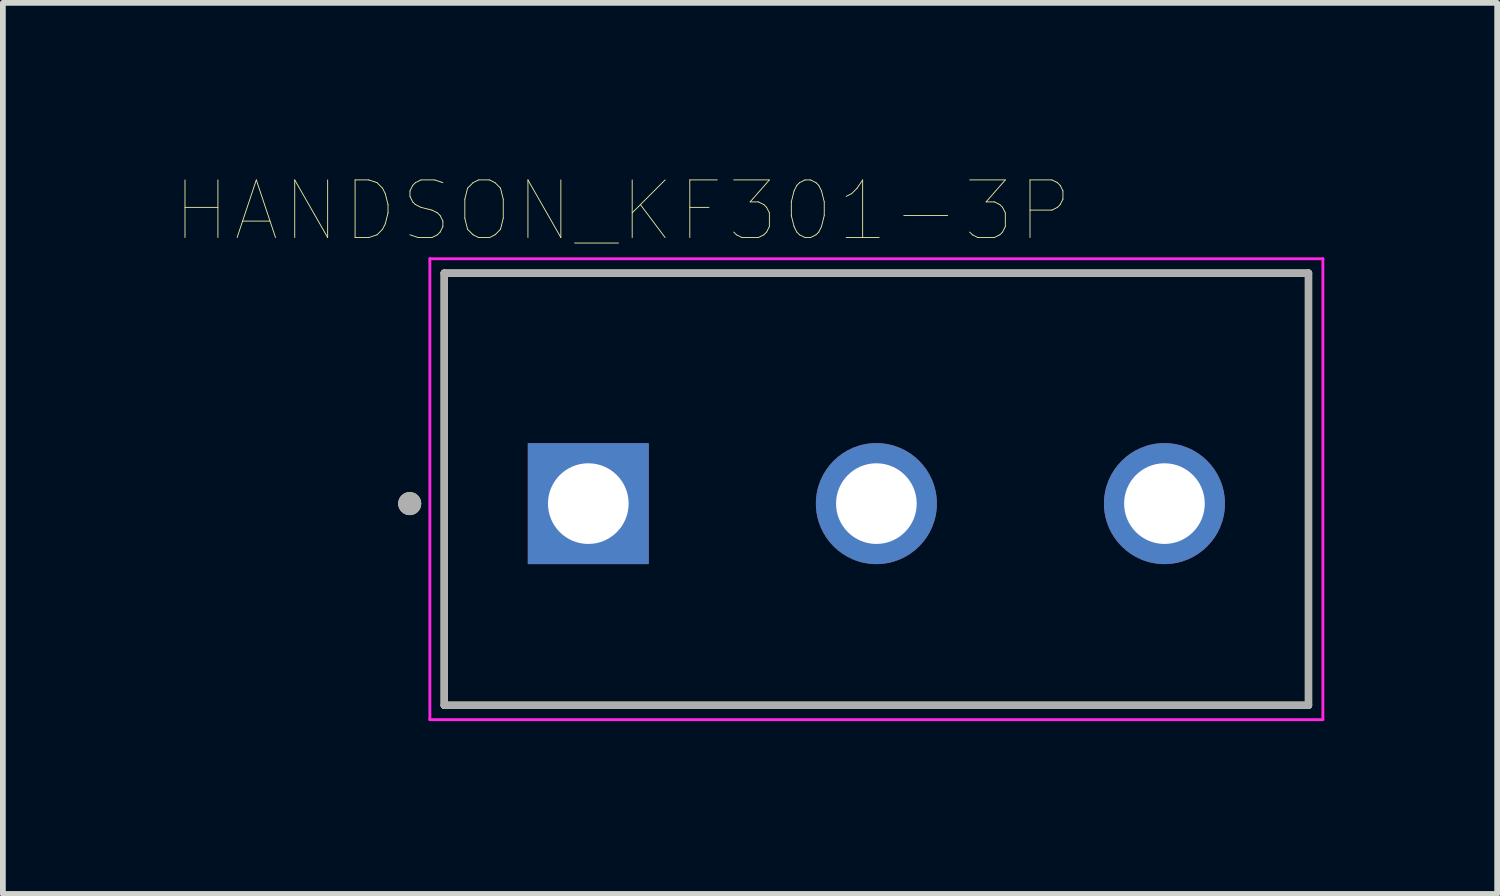
<source format=kicad_pcb>
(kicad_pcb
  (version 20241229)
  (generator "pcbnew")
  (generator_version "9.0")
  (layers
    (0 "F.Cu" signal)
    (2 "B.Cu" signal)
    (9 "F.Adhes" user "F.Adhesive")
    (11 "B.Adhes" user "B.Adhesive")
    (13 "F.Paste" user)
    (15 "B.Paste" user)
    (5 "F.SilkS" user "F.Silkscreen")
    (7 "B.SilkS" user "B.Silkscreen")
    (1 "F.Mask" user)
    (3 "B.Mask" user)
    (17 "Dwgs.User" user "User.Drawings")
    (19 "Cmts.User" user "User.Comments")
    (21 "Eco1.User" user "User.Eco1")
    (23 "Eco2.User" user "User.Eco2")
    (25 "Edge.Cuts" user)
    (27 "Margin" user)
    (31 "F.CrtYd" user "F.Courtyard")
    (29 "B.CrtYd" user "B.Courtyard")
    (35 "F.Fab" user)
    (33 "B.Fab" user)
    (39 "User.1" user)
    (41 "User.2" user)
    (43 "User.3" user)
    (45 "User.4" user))
  (footprint "HANDSON_KF301-3P"
    (layer "F.Cu")
    (at 12.161 5.691)
    (property "Reference" "HANDSON_KF301-3P" (at -4.405 -5.08 0) (layer "F.SilkS") (effects (font (size 1 1) (thickness 0.015))))
    (attr through_hole)
    (fp_line (start -7.5 -4) (end 7.5 -4) (stroke (width 0.127) (type solid)) (layer "F.SilkS"))
    (fp_line (start -7.5 3.5) (end -7.5 -4) (stroke (width 0.127) (type solid)) (layer "F.SilkS"))
    (fp_line (start 7.5 -4) (end 7.5 3.5) (stroke (width 0.127) (type solid)) (layer "F.SilkS"))
    (fp_line (start 7.5 3.5) (end -7.5 3.5) (stroke (width 0.127) (type solid)) (layer "F.SilkS"))
    (fp_circle (center -8.1 0) (end -8 0) (stroke (width 0.2) (type solid)) (fill no) (layer "F.SilkS"))
    (fp_line (start -7.75 -4.25) (end 7.75 -4.25) (stroke (width 0.05) (type solid)) (layer "F.CrtYd"))
    (fp_line (start -7.75 3.75) (end -7.75 -4.25) (stroke (width 0.05) (type solid)) (layer "F.CrtYd"))
    (fp_line (start 7.75 -4.25) (end 7.75 3.75) (stroke (width 0.05) (type solid)) (layer "F.CrtYd"))
    (fp_line (start 7.75 3.75) (end -7.75 3.75) (stroke (width 0.05) (type solid)) (layer "F.CrtYd"))
    (fp_line (start -7.5 -4) (end 7.5 -4) (stroke (width 0.127) (type solid)) (layer "F.Fab"))
    (fp_line (start -7.5 3.5) (end -7.5 -4) (stroke (width 0.127) (type solid)) (layer "F.Fab"))
    (fp_line (start 7.5 -4) (end 7.5 3.5) (stroke (width 0.127) (type solid)) (layer "F.Fab"))
    (fp_line (start 7.5 3.5) (end -7.5 3.5) (stroke (width 0.127) (type solid)) (layer "F.Fab"))
    (fp_circle (center -8.1 0) (end -8 0) (stroke (width 0.2) (type solid)) (fill no) (layer "F.Fab"))
    (pad "1" thru_hole rect (at -5 0) (size 2.1 2.1) (drill 1.4) (layers "*.Cu" "*.Mask"))
    (pad "2" thru_hole circle (at 0 0) (size 2.1 2.1) (drill 1.4) (layers "*.Cu" "*.Mask"))
    (pad "3" thru_hole circle (at 5 0) (size 2.1 2.1) (drill 1.4) (layers "*.Cu" "*.Mask")))
  (gr_rect
    (start -3 -3)
    (end 22.936 12.466)
    (stroke (width 0.1) (type default))
    (fill no)
    (layer "Edge.Cuts")))
</source>
